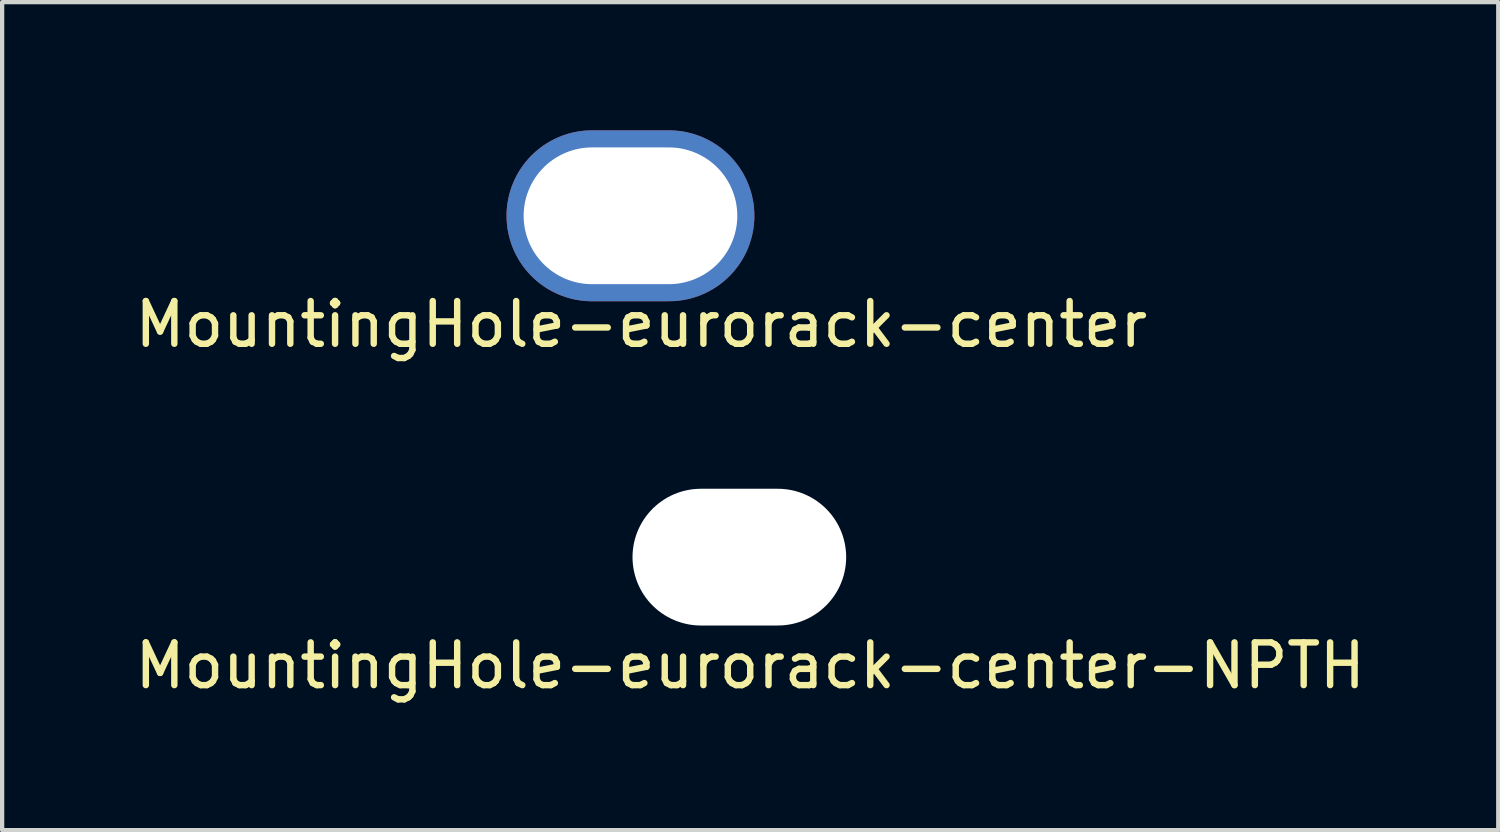
<source format=kicad_pcb>
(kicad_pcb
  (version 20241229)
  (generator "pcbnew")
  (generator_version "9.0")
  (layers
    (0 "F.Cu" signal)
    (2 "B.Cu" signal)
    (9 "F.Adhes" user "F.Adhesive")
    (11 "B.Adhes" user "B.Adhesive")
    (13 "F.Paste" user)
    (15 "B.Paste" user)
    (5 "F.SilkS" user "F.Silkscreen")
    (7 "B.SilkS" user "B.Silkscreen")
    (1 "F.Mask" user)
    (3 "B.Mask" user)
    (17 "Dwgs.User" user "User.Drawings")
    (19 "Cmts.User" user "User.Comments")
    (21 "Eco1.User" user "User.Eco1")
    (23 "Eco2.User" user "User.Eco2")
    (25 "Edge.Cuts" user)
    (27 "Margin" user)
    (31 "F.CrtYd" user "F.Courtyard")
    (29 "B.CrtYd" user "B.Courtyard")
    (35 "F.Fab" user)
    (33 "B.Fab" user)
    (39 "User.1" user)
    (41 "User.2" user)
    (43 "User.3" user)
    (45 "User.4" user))
  (footprint "MountingHole-eurorack-center"
    (layer "F.Cu")
    (at 11.704 2)
    (property "Reference" "MountingHole-eurorack-center" (at 0.254 2.54 0) (layer "F.SilkS") (effects (font (size 1 1) (thickness 0.15))))
    (attr through_hole)
    (pad "1" thru_hole oval (at 0 0) (size 5.8 4) (drill oval 5 3.2) (layers "*.Cu" "*.Mask")))
  (footprint "MountingHole-eurorack-center-NPTH"
    (layer "F.Cu")
    (at 14.252 9.988)
    (property "Reference" "MountingHole-eurorack-center-NPTH" (at 0.254 2.54 0) (layer "F.SilkS") (effects (font (size 1 1) (thickness 0.15))))
    (attr through_hole)
    (pad "" np_thru_hole oval (at 0 0) (size 5 3.2) (drill oval 5 3.2) (layers "*.Cu" "*.Mask")))
  (gr_rect
    (start -3 -3)
    (end 32.012 16.377)
    (stroke (width 0.1) (type default))
    (fill no)
    (layer "Edge.Cuts")))
</source>
